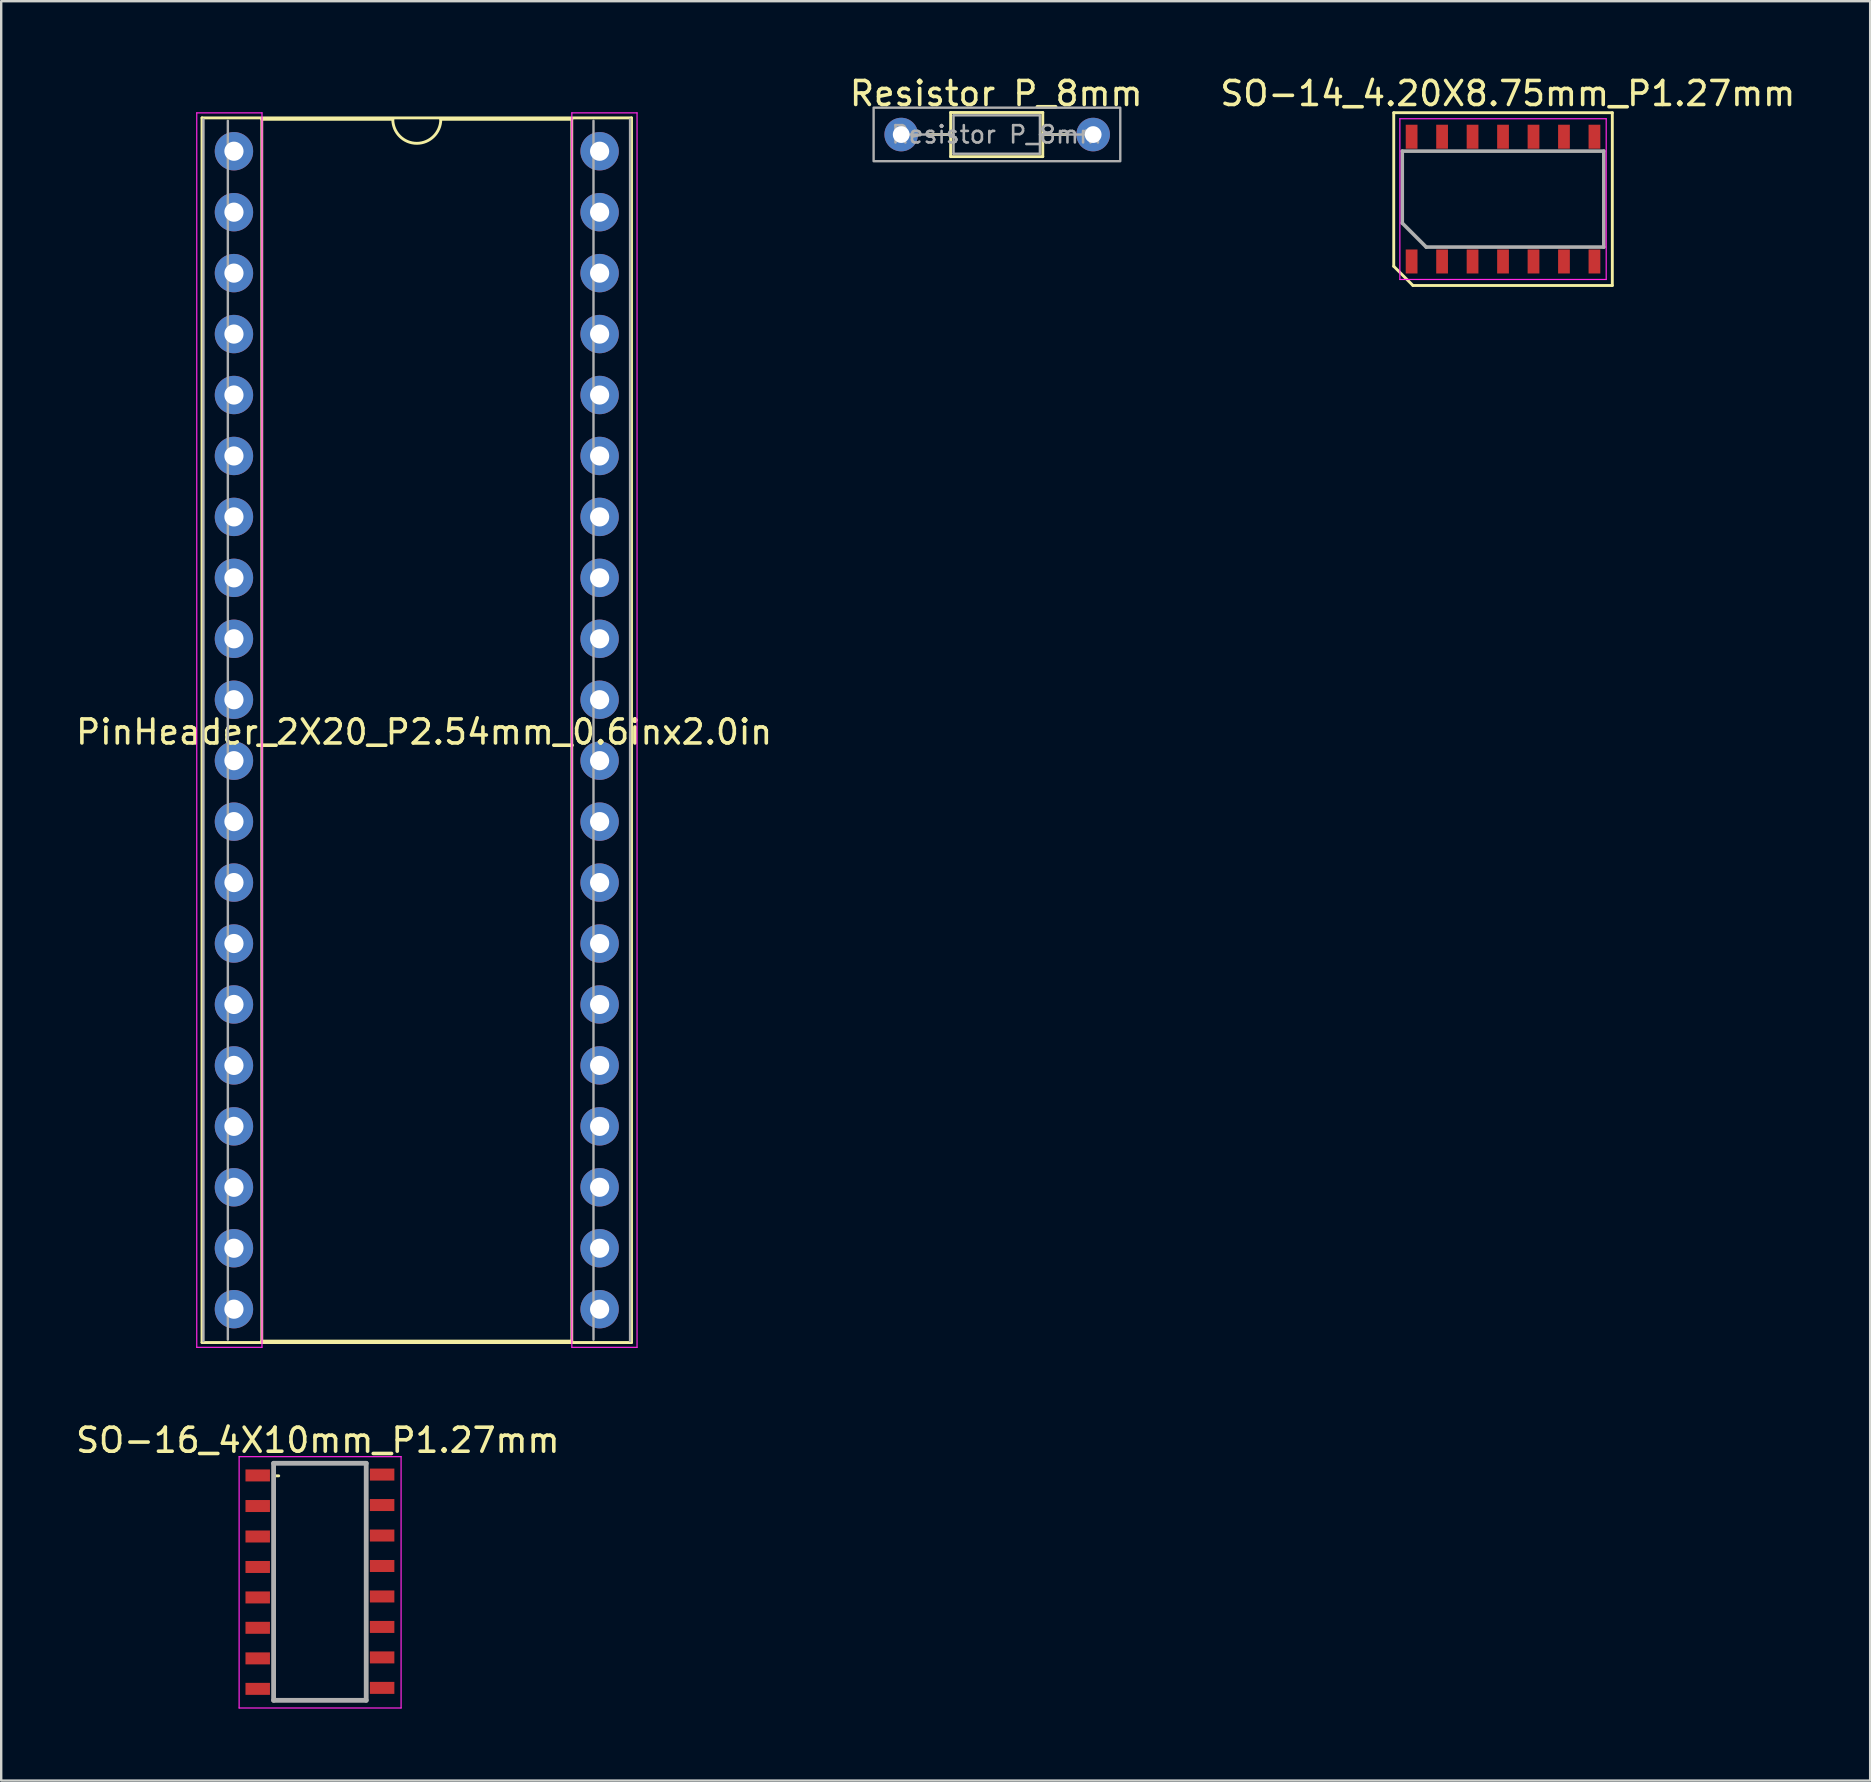
<source format=kicad_pcb>
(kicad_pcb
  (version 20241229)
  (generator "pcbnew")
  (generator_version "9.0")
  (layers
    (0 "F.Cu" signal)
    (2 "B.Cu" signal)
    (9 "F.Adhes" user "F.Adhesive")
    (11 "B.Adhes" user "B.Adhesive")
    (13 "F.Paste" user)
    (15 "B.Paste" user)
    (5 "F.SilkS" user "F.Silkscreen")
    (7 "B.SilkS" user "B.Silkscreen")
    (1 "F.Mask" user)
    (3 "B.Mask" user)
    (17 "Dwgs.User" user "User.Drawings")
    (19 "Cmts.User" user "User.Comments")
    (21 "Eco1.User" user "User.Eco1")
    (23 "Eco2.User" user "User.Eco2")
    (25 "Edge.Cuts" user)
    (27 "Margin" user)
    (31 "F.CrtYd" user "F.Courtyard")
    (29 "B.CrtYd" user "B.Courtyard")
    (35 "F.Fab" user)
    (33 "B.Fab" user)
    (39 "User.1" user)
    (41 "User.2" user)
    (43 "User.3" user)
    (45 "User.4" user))
  (footprint "SO-16_4X10mm_P1.27mm"
    (layer "F.Cu")
    (at 10.316 62.884)
    (property "Reference" "SO-16_4X10mm_P1.27mm" (at -0.119 -5.908 0) (layer "F.SilkS") (effects (font (size 1 1) (thickness 0.15))))
    (attr through_hole)
    (fp_line (start -1.963 -4.948) (end -1.963 4.93) (stroke (width 0.12) (type solid)) (layer "F.SilkS"))
    (fp_line (start -1.963 -4.948) (end 1.897 -4.948) (stroke (width 0.12) (type solid)) (layer "F.SilkS"))
    (fp_line (start -1.963 4.93) (end 1.897 4.93) (stroke (width 0.12) (type solid)) (layer "F.SilkS"))
    (fp_line (start -1.75 -4.425) (end -1.95 -4.425) (stroke (width 0.12) (type solid)) (layer "F.SilkS"))
    (fp_line (start 1.897 -4.948) (end 1.897 4.93) (stroke (width 0.12) (type solid)) (layer "F.SilkS"))
    (fp_line (start -3.4 -5.225) (end 3.35 -5.225) (stroke (width 0.05) (type solid)) (layer "F.CrtYd"))
    (fp_line (start -3.4 5.25) (end -3.4 -5.225) (stroke (width 0.05) (type solid)) (layer "F.CrtYd"))
    (fp_line (start -3.4 5.25) (end 3.35 5.25) (stroke (width 0.05) (type solid)) (layer "F.CrtYd"))
    (fp_line (start 3.35 -5.225) (end 3.35 5.25) (stroke (width 0.05) (type solid)) (layer "F.CrtYd"))
    (fp_line (start -1.963 -4.948) (end -1.963 4.93) (stroke (width 0.2) (type solid)) (layer "F.Fab"))
    (fp_line (start -1.963 -4.948) (end 1.897 -4.948) (stroke (width 0.2) (type solid)) (layer "F.Fab"))
    (fp_line (start -1.963 4.93) (end 1.897 4.93) (stroke (width 0.2) (type solid)) (layer "F.Fab"))
    (fp_line (start 1.897 -4.948) (end 1.897 4.93) (stroke (width 0.2) (type solid)) (layer "F.Fab"))
    (pad "1" smd rect (at -2.625 -4.442 270) (size 0.5 1.02) (layers "F.Cu" "F.Mask" "F.Paste"))
    (pad "2" smd rect (at -2.625 -3.167 270) (size 0.5 1.02) (layers "F.Cu" "F.Mask" "F.Paste"))
    (pad "3" smd rect (at -2.625 -1.897 270) (size 0.5 1.02) (layers "F.Cu" "F.Mask" "F.Paste"))
    (pad "4" smd rect (at -2.625 -0.627 270) (size 0.5 1.02) (layers "F.Cu" "F.Mask" "F.Paste"))
    (pad "5" smd rect (at -2.625 0.643 270) (size 0.5 1.02) (layers "F.Cu" "F.Mask" "F.Paste"))
    (pad "6" smd rect (at -2.625 1.908 270) (size 0.5 1.02) (layers "F.Cu" "F.Mask" "F.Paste"))
    (pad "7" smd rect (at -2.625 3.183 270) (size 0.5 1.02) (layers "F.Cu" "F.Mask" "F.Paste"))
    (pad "8" smd rect (at -2.625 4.453 270) (size 0.5 1.02) (layers "F.Cu" "F.Mask" "F.Paste"))
    (pad "9" smd rect (at 2.56 4.412 270) (size 0.5 1.02) (layers "F.Cu" "F.Mask" "F.Paste"))
    (pad "10" smd rect (at 2.56 3.142 270) (size 0.5 1.02) (layers "F.Cu" "F.Mask" "F.Paste"))
    (pad "11" smd rect (at 2.56 1.872 270) (size 0.5 1.02) (layers "F.Cu" "F.Mask" "F.Paste"))
    (pad "12" smd rect (at 2.56 0.602 270) (size 0.5 1.02) (layers "F.Cu" "F.Mask" "F.Paste"))
    (pad "13" smd rect (at 2.56 -0.668 270) (size 0.5 1.02) (layers "F.Cu" "F.Mask" "F.Paste"))
    (pad "14" smd rect (at 2.56 -1.938 270) (size 0.5 1.02) (layers "F.Cu" "F.Mask" "F.Paste"))
    (pad "15" smd rect (at 2.56 -3.208 270) (size 0.5 1.02) (layers "F.Cu" "F.Mask" "F.Paste"))
    (pad "16" smd rect (at 2.56 -4.478 270) (size 0.5 1.02) (layers "F.Cu" "F.Mask" "F.Paste")))
  (footprint "Resistor P_8mm"
    (layer "F.Cu")
    (at 38.41 2.558)
    (property "Reference" "Resistor P_8mm" (at 0.06 -1.71 0) (unlocked yes) (layer "F.SilkS") (effects (font (size 1 1) (thickness 0.15))))
    (attr through_hole)
    (fp_line (start -2.79 0) (end -1.84 0) (stroke (width 0.12) (type solid)) (layer "F.SilkS"))
    (fp_line (start -1.84 -0.92) (end -1.84 0.92) (stroke (width 0.12) (type solid)) (layer "F.SilkS"))
    (fp_line (start -1.84 0.92) (end 2 0.92) (stroke (width 0.12) (type solid)) (layer "F.SilkS"))
    (fp_line (start 2 -0.92) (end -1.84 -0.92) (stroke (width 0.12) (type solid)) (layer "F.SilkS"))
    (fp_line (start 2 0.92) (end 2 -0.92) (stroke (width 0.12) (type solid)) (layer "F.SilkS"))
    (fp_line (start 2.95 0) (end 2 0) (stroke (width 0.12) (type solid)) (layer "F.SilkS"))
    (fp_line (start -3.73 0) (end -1.72 0) (stroke (width 0.1) (type solid)) (layer "F.Fab"))
    (fp_line (start -1.72 -0.8) (end -1.72 0.8) (stroke (width 0.1) (type solid)) (layer "F.Fab"))
    (fp_line (start -1.72 0.8) (end 1.88 0.8) (stroke (width 0.1) (type solid)) (layer "F.Fab"))
    (fp_line (start 1.88 -0.8) (end -1.72 -0.8) (stroke (width 0.1) (type solid)) (layer "F.Fab"))
    (fp_line (start 1.88 0.8) (end 1.88 -0.8) (stroke (width 0.1) (type solid)) (layer "F.Fab"))
    (fp_line (start 3.89 0) (end 1.88 0) (stroke (width 0.1) (type solid)) (layer "F.Fab"))
    (fp_rect (start -5.05 -1.12) (end 5.23 1.11) (stroke (width 0.1) (type default)) (fill no) (layer "F.Fab"))
    (fp_text user "${REFERENCE}" (at 0.08 0 0) (layer "F.Fab") (effects (font (size 0.72 0.72) (thickness 0.108))))
    (pad "1" thru_hole circle (at -3.9 0) (size 1.4 1.4) (drill 0.7) (layers "*.Cu" "*.Mask"))
    (pad "2" thru_hole oval (at 4.1 0) (size 1.4 1.4) (drill 0.7) (layers "*.Cu" "*.Mask")))
  (footprint "PinHeader_2X20_P2.54mm_0.6inx2.0in"
    (layer "F.Cu")
    (at 14.295 27.434)
    (property "Reference" "PinHeader_2X20_P2.54mm_0.6inx2.0in" (at 0.33 0.025 0) (unlocked yes) (layer "F.SilkS") (effects (font (size 1 1) (thickness 0.15))))
    (attr through_hole)
    (fp_line (start -8.925 -25.571) (end -8.925 25.469) (stroke (width 0.12) (type solid)) (layer "F.SilkS"))
    (fp_line (start -8.925 25.469) (end 8.975 25.469) (stroke (width 0.12) (type solid)) (layer "F.SilkS"))
    (fp_line (start -6.435 -25.511) (end -6.435 25.409) (stroke (width 0.12) (type solid)) (layer "F.SilkS"))
    (fp_line (start -6.435 25.409) (end 6.485 25.409) (stroke (width 0.12) (type solid)) (layer "F.SilkS"))
    (fp_line (start -0.975 -25.511) (end -6.435 -25.511) (stroke (width 0.12) (type solid)) (layer "F.SilkS"))
    (fp_line (start 6.485 -25.511) (end 1.025 -25.511) (stroke (width 0.12) (type solid)) (layer "F.SilkS"))
    (fp_line (start 6.485 25.409) (end 6.485 -25.511) (stroke (width 0.12) (type solid)) (layer "F.SilkS"))
    (fp_line (start 8.975 -25.571) (end -8.925 -25.571) (stroke (width 0.12) (type solid)) (layer "F.SilkS"))
    (fp_line (start 8.975 25.469) (end 8.975 -25.571) (stroke (width 0.12) (type solid)) (layer "F.SilkS"))
    (fp_arc (start 1.0254 -25.511) (mid 0.0254 -24.511) (end -0.9746 -25.511) (stroke (width 0.12) (type solid)) (layer "F.SilkS"))
    (fp_line (start -9.145 -25.781) (end -9.145 25.669) (stroke (width 0.05) (type solid)) (layer "F.CrtYd"))
    (fp_line (start -9.145 25.669) (end -6.427 25.669) (stroke (width 0.05) (type solid)) (layer "F.CrtYd"))
    (fp_line (start -9.144 -25.781) (end -6.426 -25.781) (stroke (width 0.05) (type solid)) (layer "F.CrtYd"))
    (fp_line (start -6.426 -25.781) (end -6.426 25.669) (stroke (width 0.05) (type solid)) (layer "F.CrtYd"))
    (fp_line (start 6.488 -25.781) (end 6.488 25.669) (stroke (width 0.05) (type solid)) (layer "F.CrtYd"))
    (fp_line (start 6.488 -25.781) (end 9.205 -25.781) (stroke (width 0.05) (type solid)) (layer "F.CrtYd"))
    (fp_line (start 6.488 25.669) (end 9.205 25.669) (stroke (width 0.05) (type solid)) (layer "F.CrtYd"))
    (fp_line (start 9.205 25.669) (end 9.205 -25.781) (stroke (width 0.05) (type solid)) (layer "F.CrtYd"))
    (fp_line (start -8.865 -25.511) (end -8.865 25.409) (stroke (width 0.1) (type solid)) (layer "F.Fab"))
    (fp_line (start -7.849 -25.451) (end -7.849 25.349) (stroke (width 0.1) (type solid)) (layer "F.Fab"))
    (fp_line (start 7.39 -25.451) (end 7.39 25.349) (stroke (width 0.1) (type solid)) (layer "F.Fab"))
    (fp_line (start 8.915 25.409) (end 8.915 -25.511) (stroke (width 0.1) (type solid)) (layer "F.Fab"))
    (fp_text user "H1" (at -1.194 -25.984 0) (unlocked yes) (layer "B.Paste") (effects (font (size 1 1) (thickness 0.15)) (justify left bottom)))
    (pad "1" thru_hole oval (at -7.595 -24.181) (size 1.6 1.6) (drill 0.8) (layers "*.Cu" "*.Mask"))
    (pad "2" thru_hole oval (at -7.595 -21.641) (size 1.6 1.6) (drill 0.8) (layers "*.Cu" "*.Mask"))
    (pad "3" thru_hole oval (at -7.595 -19.101) (size 1.6 1.6) (drill 0.8) (layers "*.Cu" "*.Mask"))
    (pad "4" thru_hole oval (at -7.595 -16.561) (size 1.6 1.6) (drill 0.8) (layers "*.Cu" "*.Mask"))
    (pad "5" thru_hole oval (at -7.595 -14.021) (size 1.6 1.6) (drill 0.8) (layers "*.Cu" "*.Mask"))
    (pad "6" thru_hole oval (at -7.595 -11.481) (size 1.6 1.6) (drill 0.8) (layers "*.Cu" "*.Mask"))
    (pad "7" thru_hole oval (at -7.595 -8.941) (size 1.6 1.6) (drill 0.8) (layers "*.Cu" "*.Mask"))
    (pad "8" thru_hole oval (at -7.595 -6.401) (size 1.6 1.6) (drill 0.8) (layers "*.Cu" "*.Mask"))
    (pad "9" thru_hole oval (at -7.595 -3.861) (size 1.6 1.6) (drill 0.8) (layers "*.Cu" "*.Mask"))
    (pad "10" thru_hole oval (at -7.595 -1.321) (size 1.6 1.6) (drill 0.8) (layers "*.Cu" "*.Mask"))
    (pad "11" thru_hole oval (at -7.595 1.219) (size 1.6 1.6) (drill 0.8) (layers "*.Cu" "*.Mask"))
    (pad "12" thru_hole oval (at -7.595 3.759) (size 1.6 1.6) (drill 0.8) (layers "*.Cu" "*.Mask"))
    (pad "13" thru_hole oval (at -7.595 6.299) (size 1.6 1.6) (drill 0.8) (layers "*.Cu" "*.Mask"))
    (pad "14" thru_hole oval (at -7.595 8.839) (size 1.6 1.6) (drill 0.8) (layers "*.Cu" "*.Mask"))
    (pad "15" thru_hole oval (at -7.595 11.379) (size 1.6 1.6) (drill 0.8) (layers "*.Cu" "*.Mask"))
    (pad "16" thru_hole oval (at -7.595 13.919) (size 1.6 1.6) (drill 0.8) (layers "*.Cu" "*.Mask"))
    (pad "17" thru_hole oval (at -7.595 16.459) (size 1.6 1.6) (drill 0.8) (layers "*.Cu" "*.Mask"))
    (pad "18" thru_hole oval (at -7.595 18.999) (size 1.6 1.6) (drill 0.8) (layers "*.Cu" "*.Mask"))
    (pad "19" thru_hole oval (at -7.595 21.539) (size 1.6 1.6) (drill 0.8) (layers "*.Cu" "*.Mask"))
    (pad "20" thru_hole oval (at -7.595 24.079) (size 1.6 1.6) (drill 0.8) (layers "*.Cu" "*.Mask"))
    (pad "21" thru_hole oval (at 7.645 24.079) (size 1.6 1.6) (drill 0.8) (layers "*.Cu" "*.Mask"))
    (pad "22" thru_hole oval (at 7.645 21.539) (size 1.6 1.6) (drill 0.8) (layers "*.Cu" "*.Mask"))
    (pad "23" thru_hole oval (at 7.645 18.999) (size 1.6 1.6) (drill 0.8) (layers "*.Cu" "*.Mask"))
    (pad "24" thru_hole oval (at 7.645 16.459) (size 1.6 1.6) (drill 0.8) (layers "*.Cu" "*.Mask"))
    (pad "25" thru_hole oval (at 7.645 13.919) (size 1.6 1.6) (drill 0.8) (layers "*.Cu" "*.Mask"))
    (pad "26" thru_hole oval (at 7.645 11.379) (size 1.6 1.6) (drill 0.8) (layers "*.Cu" "*.Mask"))
    (pad "27" thru_hole oval (at 7.645 8.839) (size 1.6 1.6) (drill 0.8) (layers "*.Cu" "*.Mask"))
    (pad "28" thru_hole oval (at 7.645 6.299) (size 1.6 1.6) (drill 0.8) (layers "*.Cu" "*.Mask"))
    (pad "29" thru_hole oval (at 7.645 3.759) (size 1.6 1.6) (drill 0.8) (layers "*.Cu" "*.Mask"))
    (pad "30" thru_hole oval (at 7.645 1.219) (size 1.6 1.6) (drill 0.8) (layers "*.Cu" "*.Mask"))
    (pad "31" thru_hole oval (at 7.645 -1.321) (size 1.6 1.6) (drill 0.8) (layers "*.Cu" "*.Mask"))
    (pad "32" thru_hole oval (at 7.645 -3.861) (size 1.6 1.6) (drill 0.8) (layers "*.Cu" "*.Mask"))
    (pad "33" thru_hole oval (at 7.645 -6.401) (size 1.6 1.6) (drill 0.8) (layers "*.Cu" "*.Mask"))
    (pad "34" thru_hole oval (at 7.645 -8.941) (size 1.6 1.6) (drill 0.8) (layers "*.Cu" "*.Mask"))
    (pad "35" thru_hole oval (at 7.645 -11.481) (size 1.6 1.6) (drill 0.8) (layers "*.Cu" "*.Mask"))
    (pad "36" thru_hole oval (at 7.645 -14.021) (size 1.6 1.6) (drill 0.8) (layers "*.Cu" "*.Mask"))
    (pad "37" thru_hole oval (at 7.645 -16.561) (size 1.6 1.6) (drill 0.8) (layers "*.Cu" "*.Mask"))
    (pad "38" thru_hole oval (at 7.645 -19.101) (size 1.6 1.6) (drill 0.8) (layers "*.Cu" "*.Mask"))
    (pad "39" thru_hole oval (at 7.645 -21.641) (size 1.6 1.6) (drill 0.8) (layers "*.Cu" "*.Mask"))
    (pad "40" thru_hole oval (at 7.645 -24.181) (size 1.6 1.6) (drill 0.8) (layers "*.Cu" "*.Mask")))
  (footprint "SO-14_4.20X8.75mm_P1.27mm"
    (layer "F.Cu")
    (at 59.592 5.248)
    (property "Reference" "SO-14_4.20X8.75mm_P1.27mm" (at 0.2 -4.4 180) (layer "F.SilkS") (effects (font (size 1 1) (thickness 0.15))))
    (attr smd)
    (fp_line (start -4.555 -3.6) (end 4.555 -3.6) (stroke (width 0.12) (type solid)) (layer "F.SilkS"))
    (fp_line (start -4.555 2.8) (end -4.555 -3.6) (stroke (width 0.12) (type solid)) (layer "F.SilkS"))
    (fp_line (start -3.755 3.6) (end -4.555 2.8) (stroke (width 0.12) (type solid)) (layer "F.SilkS"))
    (fp_line (start 4.555 -3.6) (end 4.555 3.6) (stroke (width 0.12) (type solid)) (layer "F.SilkS"))
    (fp_line (start 4.555 3.6) (end -3.755 3.6) (stroke (width 0.12) (type solid)) (layer "F.SilkS"))
    (fp_line (start -4.3 -3.35) (end 4.3 -3.35) (stroke (width 0.05) (type solid)) (layer "F.CrtYd"))
    (fp_line (start -4.3 3.35) (end -4.3 -3.35) (stroke (width 0.05) (type solid)) (layer "F.CrtYd"))
    (fp_line (start 4.3 -3.35) (end 4.3 3.35) (stroke (width 0.05) (type solid)) (layer "F.CrtYd"))
    (fp_line (start 4.3 3.35) (end -4.3 3.35) (stroke (width 0.05) (type solid)) (layer "F.CrtYd"))
    (fp_line (start -4.2 -2) (end 4.2 -2) (stroke (width 0.15) (type solid)) (layer "F.Fab"))
    (fp_line (start -4.2 1) (end -4.2 -2) (stroke (width 0.15) (type solid)) (layer "F.Fab"))
    (fp_line (start -4.2 1) (end -3.2 2) (stroke (width 0.15) (type solid)) (layer "F.Fab"))
    (fp_line (start 4.2 -2) (end 4.2 2) (stroke (width 0.15) (type solid)) (layer "F.Fab"))
    (fp_line (start 4.2 2) (end -3.2 2) (stroke (width 0.15) (type solid)) (layer "F.Fab"))
    (pad "1" smd rect (at -3.81 2.6) (size 0.49 1) (layers "F.Cu" "F.Mask" "F.Paste"))
    (pad "2" smd rect (at -2.54 2.6) (size 0.49 1) (layers "F.Cu" "F.Mask" "F.Paste"))
    (pad "3" smd rect (at -1.27 2.6) (size 0.49 1) (layers "F.Cu" "F.Mask" "F.Paste"))
    (pad "4" smd rect (at 0 2.6) (size 0.49 1) (layers "F.Cu" "F.Mask" "F.Paste"))
    (pad "5" smd rect (at 1.27 2.6) (size 0.49 1) (layers "F.Cu" "F.Mask" "F.Paste"))
    (pad "6" smd rect (at 2.54 2.6) (size 0.49 1) (layers "F.Cu" "F.Mask" "F.Paste"))
    (pad "7" smd rect (at 3.81 2.6) (size 0.49 1) (layers "F.Cu" "F.Mask" "F.Paste"))
    (pad "8" smd rect (at 3.81 -2.6) (size 0.49 1) (layers "F.Cu" "F.Mask" "F.Paste"))
    (pad "9" smd rect (at 2.54 -2.6) (size 0.49 1) (layers "F.Cu" "F.Mask" "F.Paste"))
    (pad "10" smd rect (at 1.27 -2.6) (size 0.49 1) (layers "F.Cu" "F.Mask" "F.Paste"))
    (pad "11" smd rect (at 0 -2.6) (size 0.49 1) (layers "F.Cu" "F.Mask" "F.Paste"))
    (pad "12" smd rect (at -1.27 -2.6) (size 0.49 1) (layers "F.Cu" "F.Mask" "F.Paste"))
    (pad "13" smd rect (at -2.54 -2.6) (size 0.49 1) (layers "F.Cu" "F.Mask" "F.Paste"))
    (pad "14" smd rect (at -3.81 -2.6) (size 0.49 1) (layers "F.Cu" "F.Mask" "F.Paste")))
  (gr_rect
    (start -3 -3)
    (end 74.893 71.159)
    (stroke (width 0.1) (type default))
    (fill no)
    (layer "Edge.Cuts")))
</source>
